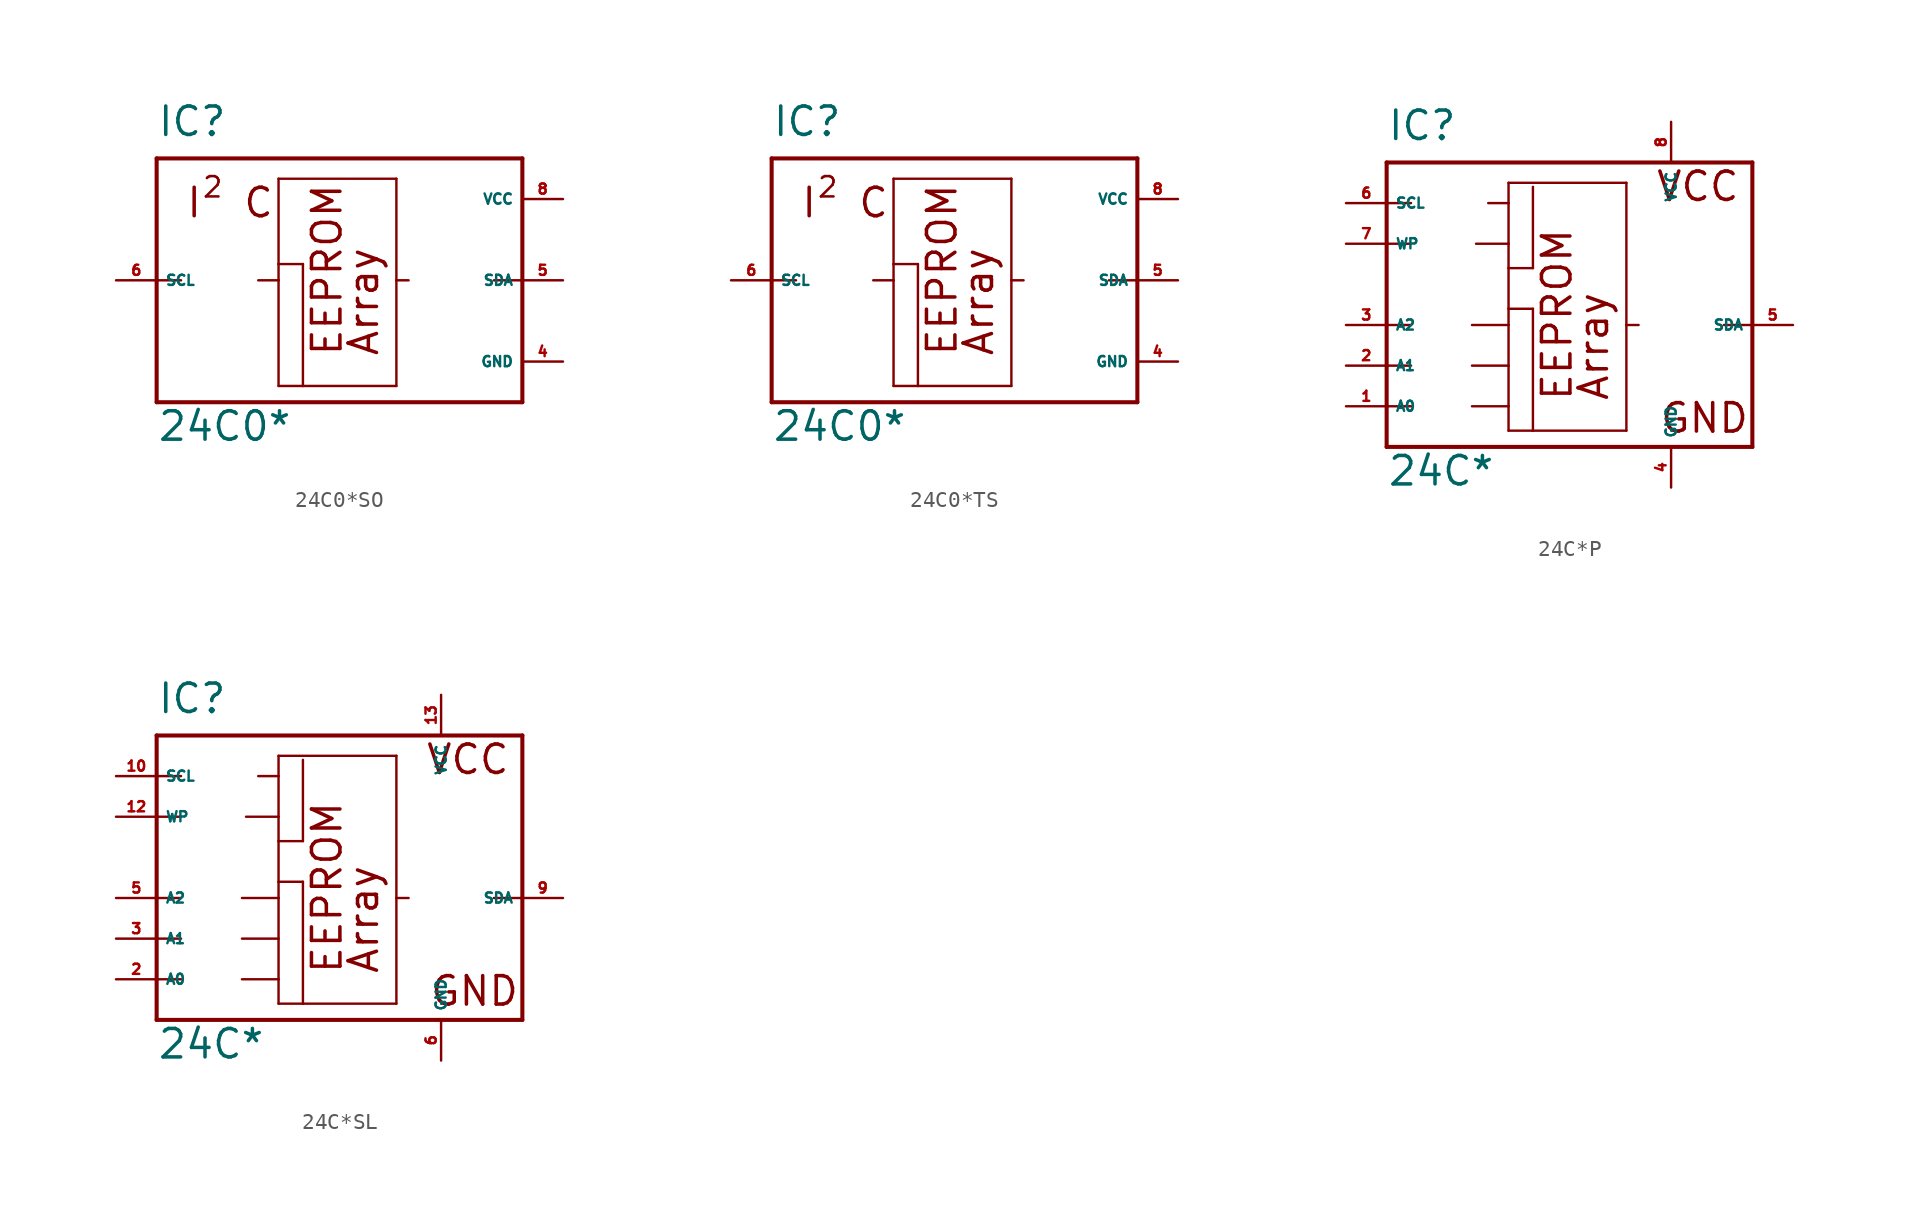
<source format=kicad_sym>
(kicad_symbol_lib
  (version 20220914)
  (generator Eagle2Kicad)
  (symbol "24C0*SO"
    (property "Reference" "IC"
      (at -10.16 8.89 0)
      (effects (font (size 1.778 1.778) (thickness 0.22)) (justify left bottom)))
    (property "Value" "24C0*"
      (at -10.16 -10.16 0)
      (effects (font (size 1.778 1.778) (thickness 0.22)) (justify left bottom)))
    (polyline
      (pts (xy -10.16 7.62) (xy 12.7 7.62))
      (stroke (width 0.254) (type default))
      (fill (type none)))
    (polyline
      (pts (xy 12.7 7.62) (xy 12.7 0))
      (stroke (width 0.254) (type default))
      (fill (type none)))
    (polyline
      (pts (xy 12.7 0) (xy 12.7 -7.62))
      (stroke (width 0.254) (type default))
      (fill (type none)))
    (polyline
      (pts (xy 12.7 -7.62) (xy -10.16 -7.62))
      (stroke (width 0.254) (type default))
      (fill (type none)))
    (polyline
      (pts (xy -10.16 -7.62) (xy -10.16 0))
      (stroke (width 0.254) (type default))
      (fill (type none)))
    (polyline
      (pts (xy -10.16 0) (xy -10.16 7.62))
      (stroke (width 0.254) (type default))
      (fill (type none)))
    (polyline
      (pts (xy -2.54 6.35) (xy 4.826 6.35))
      (stroke (width 0.152) (type default))
      (fill (type none)))
    (polyline
      (pts (xy 4.826 6.35) (xy 4.826 0))
      (stroke (width 0.152) (type default))
      (fill (type none)))
    (polyline
      (pts (xy 4.826 0) (xy 4.826 -6.604))
      (stroke (width 0.152) (type default))
      (fill (type none)))
    (polyline
      (pts (xy 4.826 -6.604) (xy -1.016 -6.604))
      (stroke (width 0.152) (type default))
      (fill (type none)))
    (polyline
      (pts (xy -1.016 -6.604) (xy -2.54 -6.604))
      (stroke (width 0.152) (type default))
      (fill (type none)))
    (polyline
      (pts (xy -2.54 -6.604) (xy -2.54 0))
      (stroke (width 0.152) (type default))
      (fill (type none)))
    (polyline
      (pts (xy -2.54 0) (xy -2.54 1.016))
      (stroke (width 0.152) (type default))
      (fill (type none)))
    (polyline
      (pts (xy -2.54 1.016) (xy -2.54 6.35))
      (stroke (width 0.152) (type default))
      (fill (type none)))
    (polyline
      (pts (xy -10.16 0) (xy -8.636 0))
      (stroke (width 0.152) (type default))
      (fill (type none)))
    (polyline
      (pts (xy -3.81 0) (xy -2.54 0))
      (stroke (width 0.152) (type default))
      (fill (type none)))
    (polyline
      (pts (xy 12.7 0) (xy 10.922 0))
      (stroke (width 0.152) (type default))
      (fill (type none)))
    (polyline
      (pts (xy 5.588 0) (xy 4.826 0))
      (stroke (width 0.152) (type default))
      (fill (type none)))
    (polyline
      (pts (xy -2.54 1.016) (xy -1.016 1.016))
      (stroke (width 0.152) (type default))
      (fill (type none)))
    (polyline
      (pts (xy -1.016 1.016) (xy -1.016 -6.604))
      (stroke (width 0.152) (type default))
      (fill (type none)))
    (text "Array"
      (at 3.81 -4.826 900)
      (effects (font (size 1.778 1.778) (thickness 0.22)) (justify left bottom)))
    (text "EEPROM"
      (at 1.524 -4.826 900)
      (effects (font (size 1.778 1.778) (thickness 0.22)) (justify left bottom)))
    (text "I  C"
      (at -8.382 3.81 0)
      (effects (font (size 1.778 1.778) (thickness 0.22)) (justify left bottom)))
    (text "2"
      (at -7.366 5.08 0)
      (effects (font (size 1.27 1.27) (thickness 0.16)) (justify left bottom)))
    (pin unspecified line
      (at 15.24 5.08 180)
      (length 2.54)
      (name "VCC" (effects (font (size 0.635 0.635) (thickness 0.08)) (justify left bottom)))
      (number "8" (effects (font (size 0.635 0.635) (thickness 0.08)) (justify left bottom))))
    (pin unspecified line
      (at 15.24 -5.08 180)
      (length 2.54)
      (name "GND" (effects (font (size 0.635 0.635) (thickness 0.08)) (justify left bottom)))
      (number "4" (effects (font (size 0.635 0.635) (thickness 0.08)) (justify left bottom))))
    (pin input line
      (at -12.7 0 0)
      (length 2.54)
      (name "SCL" (effects (font (size 0.635 0.635) (thickness 0.08)) (justify left bottom)))
      (number "6" (effects (font (size 0.635 0.635) (thickness 0.08)) (justify left bottom))))
    (pin bidirectional line
      (at 15.24 0 180)
      (length 2.54)
      (name "SDA" (effects (font (size 0.635 0.635) (thickness 0.08)) (justify left bottom)))
      (number "5" (effects (font (size 0.635 0.635) (thickness 0.08)) (justify left bottom)))))
  (symbol "24C0*TS"
    (property "Reference" "IC"
      (at -10.16 8.89 0)
      (effects (font (size 1.778 1.778) (thickness 0.22)) (justify left bottom)))
    (property "Value" "24C0*"
      (at -10.16 -10.16 0)
      (effects (font (size 1.778 1.778) (thickness 0.22)) (justify left bottom)))
    (polyline
      (pts (xy -10.16 7.62) (xy 12.7 7.62))
      (stroke (width 0.254) (type default))
      (fill (type none)))
    (polyline
      (pts (xy 12.7 7.62) (xy 12.7 0))
      (stroke (width 0.254) (type default))
      (fill (type none)))
    (polyline
      (pts (xy 12.7 0) (xy 12.7 -7.62))
      (stroke (width 0.254) (type default))
      (fill (type none)))
    (polyline
      (pts (xy 12.7 -7.62) (xy -10.16 -7.62))
      (stroke (width 0.254) (type default))
      (fill (type none)))
    (polyline
      (pts (xy -10.16 -7.62) (xy -10.16 0))
      (stroke (width 0.254) (type default))
      (fill (type none)))
    (polyline
      (pts (xy -10.16 0) (xy -10.16 7.62))
      (stroke (width 0.254) (type default))
      (fill (type none)))
    (polyline
      (pts (xy -2.54 6.35) (xy 4.826 6.35))
      (stroke (width 0.152) (type default))
      (fill (type none)))
    (polyline
      (pts (xy 4.826 6.35) (xy 4.826 0))
      (stroke (width 0.152) (type default))
      (fill (type none)))
    (polyline
      (pts (xy 4.826 0) (xy 4.826 -6.604))
      (stroke (width 0.152) (type default))
      (fill (type none)))
    (polyline
      (pts (xy 4.826 -6.604) (xy -1.016 -6.604))
      (stroke (width 0.152) (type default))
      (fill (type none)))
    (polyline
      (pts (xy -1.016 -6.604) (xy -2.54 -6.604))
      (stroke (width 0.152) (type default))
      (fill (type none)))
    (polyline
      (pts (xy -2.54 -6.604) (xy -2.54 0))
      (stroke (width 0.152) (type default))
      (fill (type none)))
    (polyline
      (pts (xy -2.54 0) (xy -2.54 1.016))
      (stroke (width 0.152) (type default))
      (fill (type none)))
    (polyline
      (pts (xy -2.54 1.016) (xy -2.54 6.35))
      (stroke (width 0.152) (type default))
      (fill (type none)))
    (polyline
      (pts (xy -10.16 0) (xy -8.636 0))
      (stroke (width 0.152) (type default))
      (fill (type none)))
    (polyline
      (pts (xy -3.81 0) (xy -2.54 0))
      (stroke (width 0.152) (type default))
      (fill (type none)))
    (polyline
      (pts (xy 12.7 0) (xy 10.922 0))
      (stroke (width 0.152) (type default))
      (fill (type none)))
    (polyline
      (pts (xy 5.588 0) (xy 4.826 0))
      (stroke (width 0.152) (type default))
      (fill (type none)))
    (polyline
      (pts (xy -2.54 1.016) (xy -1.016 1.016))
      (stroke (width 0.152) (type default))
      (fill (type none)))
    (polyline
      (pts (xy -1.016 1.016) (xy -1.016 -6.604))
      (stroke (width 0.152) (type default))
      (fill (type none)))
    (text "Array"
      (at 3.81 -4.826 900)
      (effects (font (size 1.778 1.778) (thickness 0.22)) (justify left bottom)))
    (text "EEPROM"
      (at 1.524 -4.826 900)
      (effects (font (size 1.778 1.778) (thickness 0.22)) (justify left bottom)))
    (text "I  C"
      (at -8.382 3.81 0)
      (effects (font (size 1.778 1.778) (thickness 0.22)) (justify left bottom)))
    (text "2"
      (at -7.366 5.08 0)
      (effects (font (size 1.27 1.27) (thickness 0.16)) (justify left bottom)))
    (pin unspecified line
      (at 15.24 5.08 180)
      (length 2.54)
      (name "VCC" (effects (font (size 0.635 0.635) (thickness 0.08)) (justify left bottom)))
      (number "8" (effects (font (size 0.635 0.635) (thickness 0.08)) (justify left bottom))))
    (pin unspecified line
      (at 15.24 -5.08 180)
      (length 2.54)
      (name "GND" (effects (font (size 0.635 0.635) (thickness 0.08)) (justify left bottom)))
      (number "4" (effects (font (size 0.635 0.635) (thickness 0.08)) (justify left bottom))))
    (pin input line
      (at -12.7 0 0)
      (length 2.54)
      (name "SCL" (effects (font (size 0.635 0.635) (thickness 0.08)) (justify left bottom)))
      (number "6" (effects (font (size 0.635 0.635) (thickness 0.08)) (justify left bottom))))
    (pin bidirectional line
      (at 15.24 0 180)
      (length 2.54)
      (name "SDA" (effects (font (size 0.635 0.635) (thickness 0.08)) (justify left bottom)))
      (number "5" (effects (font (size 0.635 0.635) (thickness 0.08)) (justify left bottom)))))
  (symbol "24C*P"
    (property "Reference" "IC"
      (at -10.16 11.43 0)
      (effects (font (size 1.778 1.778) (thickness 0.22)) (justify left bottom)))
    (property "Value" "24C*"
      (at -10.16 -10.16 0)
      (effects (font (size 1.778 1.778) (thickness 0.22)) (justify left bottom)))
    (polyline
      (pts (xy -10.16 10.16) (xy 12.7 10.16))
      (stroke (width 0.254) (type default))
      (fill (type none)))
    (polyline
      (pts (xy 12.7 10.16) (xy 12.7 0))
      (stroke (width 0.254) (type default))
      (fill (type none)))
    (polyline
      (pts (xy 12.7 0) (xy 12.7 -7.62))
      (stroke (width 0.254) (type default))
      (fill (type none)))
    (polyline
      (pts (xy 12.7 -7.62) (xy -10.16 -7.62))
      (stroke (width 0.254) (type default))
      (fill (type none)))
    (polyline
      (pts (xy -10.16 -7.62) (xy -10.16 -5.08))
      (stroke (width 0.254) (type default))
      (fill (type none)))
    (polyline
      (pts (xy -10.16 -5.08) (xy -10.16 -2.54))
      (stroke (width 0.254) (type default))
      (fill (type none)))
    (polyline
      (pts (xy -10.16 -2.54) (xy -10.16 0))
      (stroke (width 0.254) (type default))
      (fill (type none)))
    (polyline
      (pts (xy -10.16 0) (xy -10.16 5.08))
      (stroke (width 0.254) (type default))
      (fill (type none)))
    (polyline
      (pts (xy -10.16 5.08) (xy -10.16 7.62))
      (stroke (width 0.254) (type default))
      (fill (type none)))
    (polyline
      (pts (xy -10.16 7.62) (xy -10.16 10.16))
      (stroke (width 0.254) (type default))
      (fill (type none)))
    (polyline
      (pts (xy -2.54 8.89) (xy 4.826 8.89))
      (stroke (width 0.152) (type default))
      (fill (type none)))
    (polyline
      (pts (xy 4.826 8.89) (xy 4.826 0))
      (stroke (width 0.152) (type default))
      (fill (type none)))
    (polyline
      (pts (xy 4.826 0) (xy 4.826 -6.604))
      (stroke (width 0.152) (type default))
      (fill (type none)))
    (polyline
      (pts (xy 4.826 -6.604) (xy -1.016 -6.604))
      (stroke (width 0.152) (type default))
      (fill (type none)))
    (polyline
      (pts (xy -1.016 -6.604) (xy -2.54 -6.604))
      (stroke (width 0.152) (type default))
      (fill (type none)))
    (polyline
      (pts (xy -2.54 -6.604) (xy -2.54 -5.08))
      (stroke (width 0.152) (type default))
      (fill (type none)))
    (polyline
      (pts (xy -2.54 -5.08) (xy -2.54 -2.54))
      (stroke (width 0.152) (type default))
      (fill (type none)))
    (polyline
      (pts (xy -2.54 -2.54) (xy -2.54 0))
      (stroke (width 0.152) (type default))
      (fill (type none)))
    (polyline
      (pts (xy -2.54 0) (xy -2.54 1.016))
      (stroke (width 0.152) (type default))
      (fill (type none)))
    (polyline
      (pts (xy -2.54 1.016) (xy -2.54 3.556))
      (stroke (width 0.152) (type default))
      (fill (type none)))
    (polyline
      (pts (xy -2.54 3.556) (xy -2.54 5.08))
      (stroke (width 0.152) (type default))
      (fill (type none)))
    (polyline
      (pts (xy -2.54 5.08) (xy -2.54 7.62))
      (stroke (width 0.152) (type default))
      (fill (type none)))
    (polyline
      (pts (xy -2.54 7.62) (xy -2.54 8.89))
      (stroke (width 0.152) (type default))
      (fill (type none)))
    (polyline
      (pts (xy -4.826 0) (xy -2.54 0))
      (stroke (width 0.152) (type default))
      (fill (type none)))
    (polyline
      (pts (xy -4.826 -2.54) (xy -2.54 -2.54))
      (stroke (width 0.152) (type default))
      (fill (type none)))
    (polyline
      (pts (xy -4.826 -5.08) (xy -2.54 -5.08))
      (stroke (width 0.152) (type default))
      (fill (type none)))
    (polyline
      (pts (xy -10.16 0) (xy -8.636 0))
      (stroke (width 0.152) (type default))
      (fill (type none)))
    (polyline
      (pts (xy -10.16 -2.54) (xy -8.636 -2.54))
      (stroke (width 0.152) (type default))
      (fill (type none)))
    (polyline
      (pts (xy -10.16 -5.08) (xy -8.636 -5.08))
      (stroke (width 0.152) (type default))
      (fill (type none)))
    (polyline
      (pts (xy -10.16 7.62) (xy -8.636 7.62))
      (stroke (width 0.152) (type default))
      (fill (type none)))
    (polyline
      (pts (xy 12.7 0) (xy 10.922 0))
      (stroke (width 0.152) (type default))
      (fill (type none)))
    (polyline
      (pts (xy 5.588 0) (xy 4.826 0))
      (stroke (width 0.152) (type default))
      (fill (type none)))
    (polyline
      (pts (xy -1.016 8.636) (xy -1.016 3.556))
      (stroke (width 0.152) (type default))
      (fill (type none)))
    (polyline
      (pts (xy -1.016 1.016) (xy -1.016 -6.604))
      (stroke (width 0.152) (type default))
      (fill (type none)))
    (polyline
      (pts (xy -10.16 5.08) (xy -8.636 5.08))
      (stroke (width 0.152) (type default))
      (fill (type none)))
    (polyline
      (pts (xy -4.572 5.08) (xy -2.54 5.08))
      (stroke (width 0.152) (type default))
      (fill (type none)))
    (polyline
      (pts (xy -2.54 3.556) (xy -1.016 3.556))
      (stroke (width 0.152) (type default))
      (fill (type none)))
    (polyline
      (pts (xy -3.81 7.62) (xy -2.54 7.62))
      (stroke (width 0.152) (type default))
      (fill (type none)))
    (polyline
      (pts (xy -2.54 1.016) (xy -1.016 1.016))
      (stroke (width 0.152) (type default))
      (fill (type none)))
    (text "Array"
      (at 3.81 -4.826 900)
      (effects (font (size 1.778 1.778) (thickness 0.22)) (justify left bottom)))
    (text "VCC"
      (at 6.604 7.62 0)
      (effects (font (size 1.778 1.778) (thickness 0.22)) (justify left bottom)))
    (text "GND"
      (at 6.858 -6.858 0)
      (effects (font (size 1.778 1.778) (thickness 0.22)) (justify left bottom)))
    (text "EEPROM"
      (at 1.524 -4.826 900)
      (effects (font (size 1.778 1.778) (thickness 0.22)) (justify left bottom)))
    (pin unspecified line
      (at 7.62 12.7 270)
      (length 2.54)
      (name "VCC" (effects (font (size 0.635 0.635) (thickness 0.08)) (justify left bottom)))
      (number "8" (effects (font (size 0.635 0.635) (thickness 0.08)) (justify left bottom))))
    (pin unspecified line
      (at 7.62 -10.16 90)
      (length 2.54)
      (name "GND" (effects (font (size 0.635 0.635) (thickness 0.08)) (justify left bottom)))
      (number "4" (effects (font (size 0.635 0.635) (thickness 0.08)) (justify left bottom))))
    (pin input line
      (at -12.7 7.62 0)
      (length 2.54)
      (name "SCL" (effects (font (size 0.635 0.635) (thickness 0.08)) (justify left bottom)))
      (number "6" (effects (font (size 0.635 0.635) (thickness 0.08)) (justify left bottom))))
    (pin bidirectional line
      (at 15.24 0 180)
      (length 2.54)
      (name "SDA" (effects (font (size 0.635 0.635) (thickness 0.08)) (justify left bottom)))
      (number "5" (effects (font (size 0.635 0.635) (thickness 0.08)) (justify left bottom))))
    (pin input line
      (at -12.7 -5.08 0)
      (length 2.54)
      (name "A0" (effects (font (size 0.635 0.635) (thickness 0.08)) (justify left bottom)))
      (number "1" (effects (font (size 0.635 0.635) (thickness 0.08)) (justify left bottom))))
    (pin input line
      (at -12.7 -2.54 0)
      (length 2.54)
      (name "A1" (effects (font (size 0.635 0.635) (thickness 0.08)) (justify left bottom)))
      (number "2" (effects (font (size 0.635 0.635) (thickness 0.08)) (justify left bottom))))
    (pin input line
      (at -12.7 0 0)
      (length 2.54)
      (name "A2" (effects (font (size 0.635 0.635) (thickness 0.08)) (justify left bottom)))
      (number "3" (effects (font (size 0.635 0.635) (thickness 0.08)) (justify left bottom))))
    (pin input line
      (at -12.7 5.08 0)
      (length 2.54)
      (name "WP" (effects (font (size 0.635 0.635) (thickness 0.08)) (justify left bottom)))
      (number "7" (effects (font (size 0.635 0.635) (thickness 0.08)) (justify left bottom)))))
  (symbol "24C*SL"
    (property "Reference" "IC"
      (at -10.16 11.43 0)
      (effects (font (size 1.778 1.778) (thickness 0.22)) (justify left bottom)))
    (property "Value" "24C*"
      (at -10.16 -10.16 0)
      (effects (font (size 1.778 1.778) (thickness 0.22)) (justify left bottom)))
    (polyline
      (pts (xy -10.16 10.16) (xy 12.7 10.16))
      (stroke (width 0.254) (type default))
      (fill (type none)))
    (polyline
      (pts (xy 12.7 10.16) (xy 12.7 0))
      (stroke (width 0.254) (type default))
      (fill (type none)))
    (polyline
      (pts (xy 12.7 0) (xy 12.7 -7.62))
      (stroke (width 0.254) (type default))
      (fill (type none)))
    (polyline
      (pts (xy 12.7 -7.62) (xy -10.16 -7.62))
      (stroke (width 0.254) (type default))
      (fill (type none)))
    (polyline
      (pts (xy -10.16 -7.62) (xy -10.16 -5.08))
      (stroke (width 0.254) (type default))
      (fill (type none)))
    (polyline
      (pts (xy -10.16 -5.08) (xy -10.16 -2.54))
      (stroke (width 0.254) (type default))
      (fill (type none)))
    (polyline
      (pts (xy -10.16 -2.54) (xy -10.16 0))
      (stroke (width 0.254) (type default))
      (fill (type none)))
    (polyline
      (pts (xy -10.16 0) (xy -10.16 5.08))
      (stroke (width 0.254) (type default))
      (fill (type none)))
    (polyline
      (pts (xy -10.16 5.08) (xy -10.16 7.62))
      (stroke (width 0.254) (type default))
      (fill (type none)))
    (polyline
      (pts (xy -10.16 7.62) (xy -10.16 10.16))
      (stroke (width 0.254) (type default))
      (fill (type none)))
    (polyline
      (pts (xy -2.54 8.89) (xy 4.826 8.89))
      (stroke (width 0.152) (type default))
      (fill (type none)))
    (polyline
      (pts (xy 4.826 8.89) (xy 4.826 0))
      (stroke (width 0.152) (type default))
      (fill (type none)))
    (polyline
      (pts (xy 4.826 0) (xy 4.826 -6.604))
      (stroke (width 0.152) (type default))
      (fill (type none)))
    (polyline
      (pts (xy 4.826 -6.604) (xy -1.016 -6.604))
      (stroke (width 0.152) (type default))
      (fill (type none)))
    (polyline
      (pts (xy -1.016 -6.604) (xy -2.54 -6.604))
      (stroke (width 0.152) (type default))
      (fill (type none)))
    (polyline
      (pts (xy -2.54 -6.604) (xy -2.54 -5.08))
      (stroke (width 0.152) (type default))
      (fill (type none)))
    (polyline
      (pts (xy -2.54 -5.08) (xy -2.54 -2.54))
      (stroke (width 0.152) (type default))
      (fill (type none)))
    (polyline
      (pts (xy -2.54 -2.54) (xy -2.54 0))
      (stroke (width 0.152) (type default))
      (fill (type none)))
    (polyline
      (pts (xy -2.54 0) (xy -2.54 1.016))
      (stroke (width 0.152) (type default))
      (fill (type none)))
    (polyline
      (pts (xy -2.54 1.016) (xy -2.54 3.556))
      (stroke (width 0.152) (type default))
      (fill (type none)))
    (polyline
      (pts (xy -2.54 3.556) (xy -2.54 5.08))
      (stroke (width 0.152) (type default))
      (fill (type none)))
    (polyline
      (pts (xy -2.54 5.08) (xy -2.54 7.62))
      (stroke (width 0.152) (type default))
      (fill (type none)))
    (polyline
      (pts (xy -2.54 7.62) (xy -2.54 8.89))
      (stroke (width 0.152) (type default))
      (fill (type none)))
    (polyline
      (pts (xy -4.826 0) (xy -2.54 0))
      (stroke (width 0.152) (type default))
      (fill (type none)))
    (polyline
      (pts (xy -4.826 -2.54) (xy -2.54 -2.54))
      (stroke (width 0.152) (type default))
      (fill (type none)))
    (polyline
      (pts (xy -4.826 -5.08) (xy -2.54 -5.08))
      (stroke (width 0.152) (type default))
      (fill (type none)))
    (polyline
      (pts (xy -10.16 0) (xy -8.636 0))
      (stroke (width 0.152) (type default))
      (fill (type none)))
    (polyline
      (pts (xy -10.16 -2.54) (xy -8.636 -2.54))
      (stroke (width 0.152) (type default))
      (fill (type none)))
    (polyline
      (pts (xy -10.16 -5.08) (xy -8.636 -5.08))
      (stroke (width 0.152) (type default))
      (fill (type none)))
    (polyline
      (pts (xy -10.16 7.62) (xy -8.636 7.62))
      (stroke (width 0.152) (type default))
      (fill (type none)))
    (polyline
      (pts (xy 12.7 0) (xy 10.922 0))
      (stroke (width 0.152) (type default))
      (fill (type none)))
    (polyline
      (pts (xy 5.588 0) (xy 4.826 0))
      (stroke (width 0.152) (type default))
      (fill (type none)))
    (polyline
      (pts (xy -1.016 8.636) (xy -1.016 3.556))
      (stroke (width 0.152) (type default))
      (fill (type none)))
    (polyline
      (pts (xy -1.016 1.016) (xy -1.016 -6.604))
      (stroke (width 0.152) (type default))
      (fill (type none)))
    (polyline
      (pts (xy -10.16 5.08) (xy -8.636 5.08))
      (stroke (width 0.152) (type default))
      (fill (type none)))
    (polyline
      (pts (xy -4.572 5.08) (xy -2.54 5.08))
      (stroke (width 0.152) (type default))
      (fill (type none)))
    (polyline
      (pts (xy -2.54 3.556) (xy -1.016 3.556))
      (stroke (width 0.152) (type default))
      (fill (type none)))
    (polyline
      (pts (xy -3.81 7.62) (xy -2.54 7.62))
      (stroke (width 0.152) (type default))
      (fill (type none)))
    (polyline
      (pts (xy -2.54 1.016) (xy -1.016 1.016))
      (stroke (width 0.152) (type default))
      (fill (type none)))
    (text "Array"
      (at 3.81 -4.826 900)
      (effects (font (size 1.778 1.778) (thickness 0.22)) (justify left bottom)))
    (text "VCC"
      (at 6.604 7.62 0)
      (effects (font (size 1.778 1.778) (thickness 0.22)) (justify left bottom)))
    (text "GND"
      (at 6.858 -6.858 0)
      (effects (font (size 1.778 1.778) (thickness 0.22)) (justify left bottom)))
    (text "EEPROM"
      (at 1.524 -4.826 900)
      (effects (font (size 1.778 1.778) (thickness 0.22)) (justify left bottom)))
    (pin unspecified line
      (at 7.62 12.7 270)
      (length 2.54)
      (name "VCC" (effects (font (size 0.635 0.635) (thickness 0.08)) (justify left bottom)))
      (number "13" (effects (font (size 0.635 0.635) (thickness 0.08)) (justify left bottom))))
    (pin unspecified line
      (at 7.62 -10.16 90)
      (length 2.54)
      (name "GND" (effects (font (size 0.635 0.635) (thickness 0.08)) (justify left bottom)))
      (number "6" (effects (font (size 0.635 0.635) (thickness 0.08)) (justify left bottom))))
    (pin input line
      (at -12.7 7.62 0)
      (length 2.54)
      (name "SCL" (effects (font (size 0.635 0.635) (thickness 0.08)) (justify left bottom)))
      (number "10" (effects (font (size 0.635 0.635) (thickness 0.08)) (justify left bottom))))
    (pin bidirectional line
      (at 15.24 0 180)
      (length 2.54)
      (name "SDA" (effects (font (size 0.635 0.635) (thickness 0.08)) (justify left bottom)))
      (number "9" (effects (font (size 0.635 0.635) (thickness 0.08)) (justify left bottom))))
    (pin input line
      (at -12.7 -5.08 0)
      (length 2.54)
      (name "A0" (effects (font (size 0.635 0.635) (thickness 0.08)) (justify left bottom)))
      (number "2" (effects (font (size 0.635 0.635) (thickness 0.08)) (justify left bottom))))
    (pin input line
      (at -12.7 -2.54 0)
      (length 2.54)
      (name "A1" (effects (font (size 0.635 0.635) (thickness 0.08)) (justify left bottom)))
      (number "3" (effects (font (size 0.635 0.635) (thickness 0.08)) (justify left bottom))))
    (pin input line
      (at -12.7 0 0)
      (length 2.54)
      (name "A2" (effects (font (size 0.635 0.635) (thickness 0.08)) (justify left bottom)))
      (number "5" (effects (font (size 0.635 0.635) (thickness 0.08)) (justify left bottom))))
    (pin input line
      (at -12.7 5.08 0)
      (length 2.54)
      (name "WP" (effects (font (size 0.635 0.635) (thickness 0.08)) (justify left bottom)))
      (number "12" (effects (font (size 0.635 0.635) (thickness 0.08)) (justify left bottom))))))
</source>
